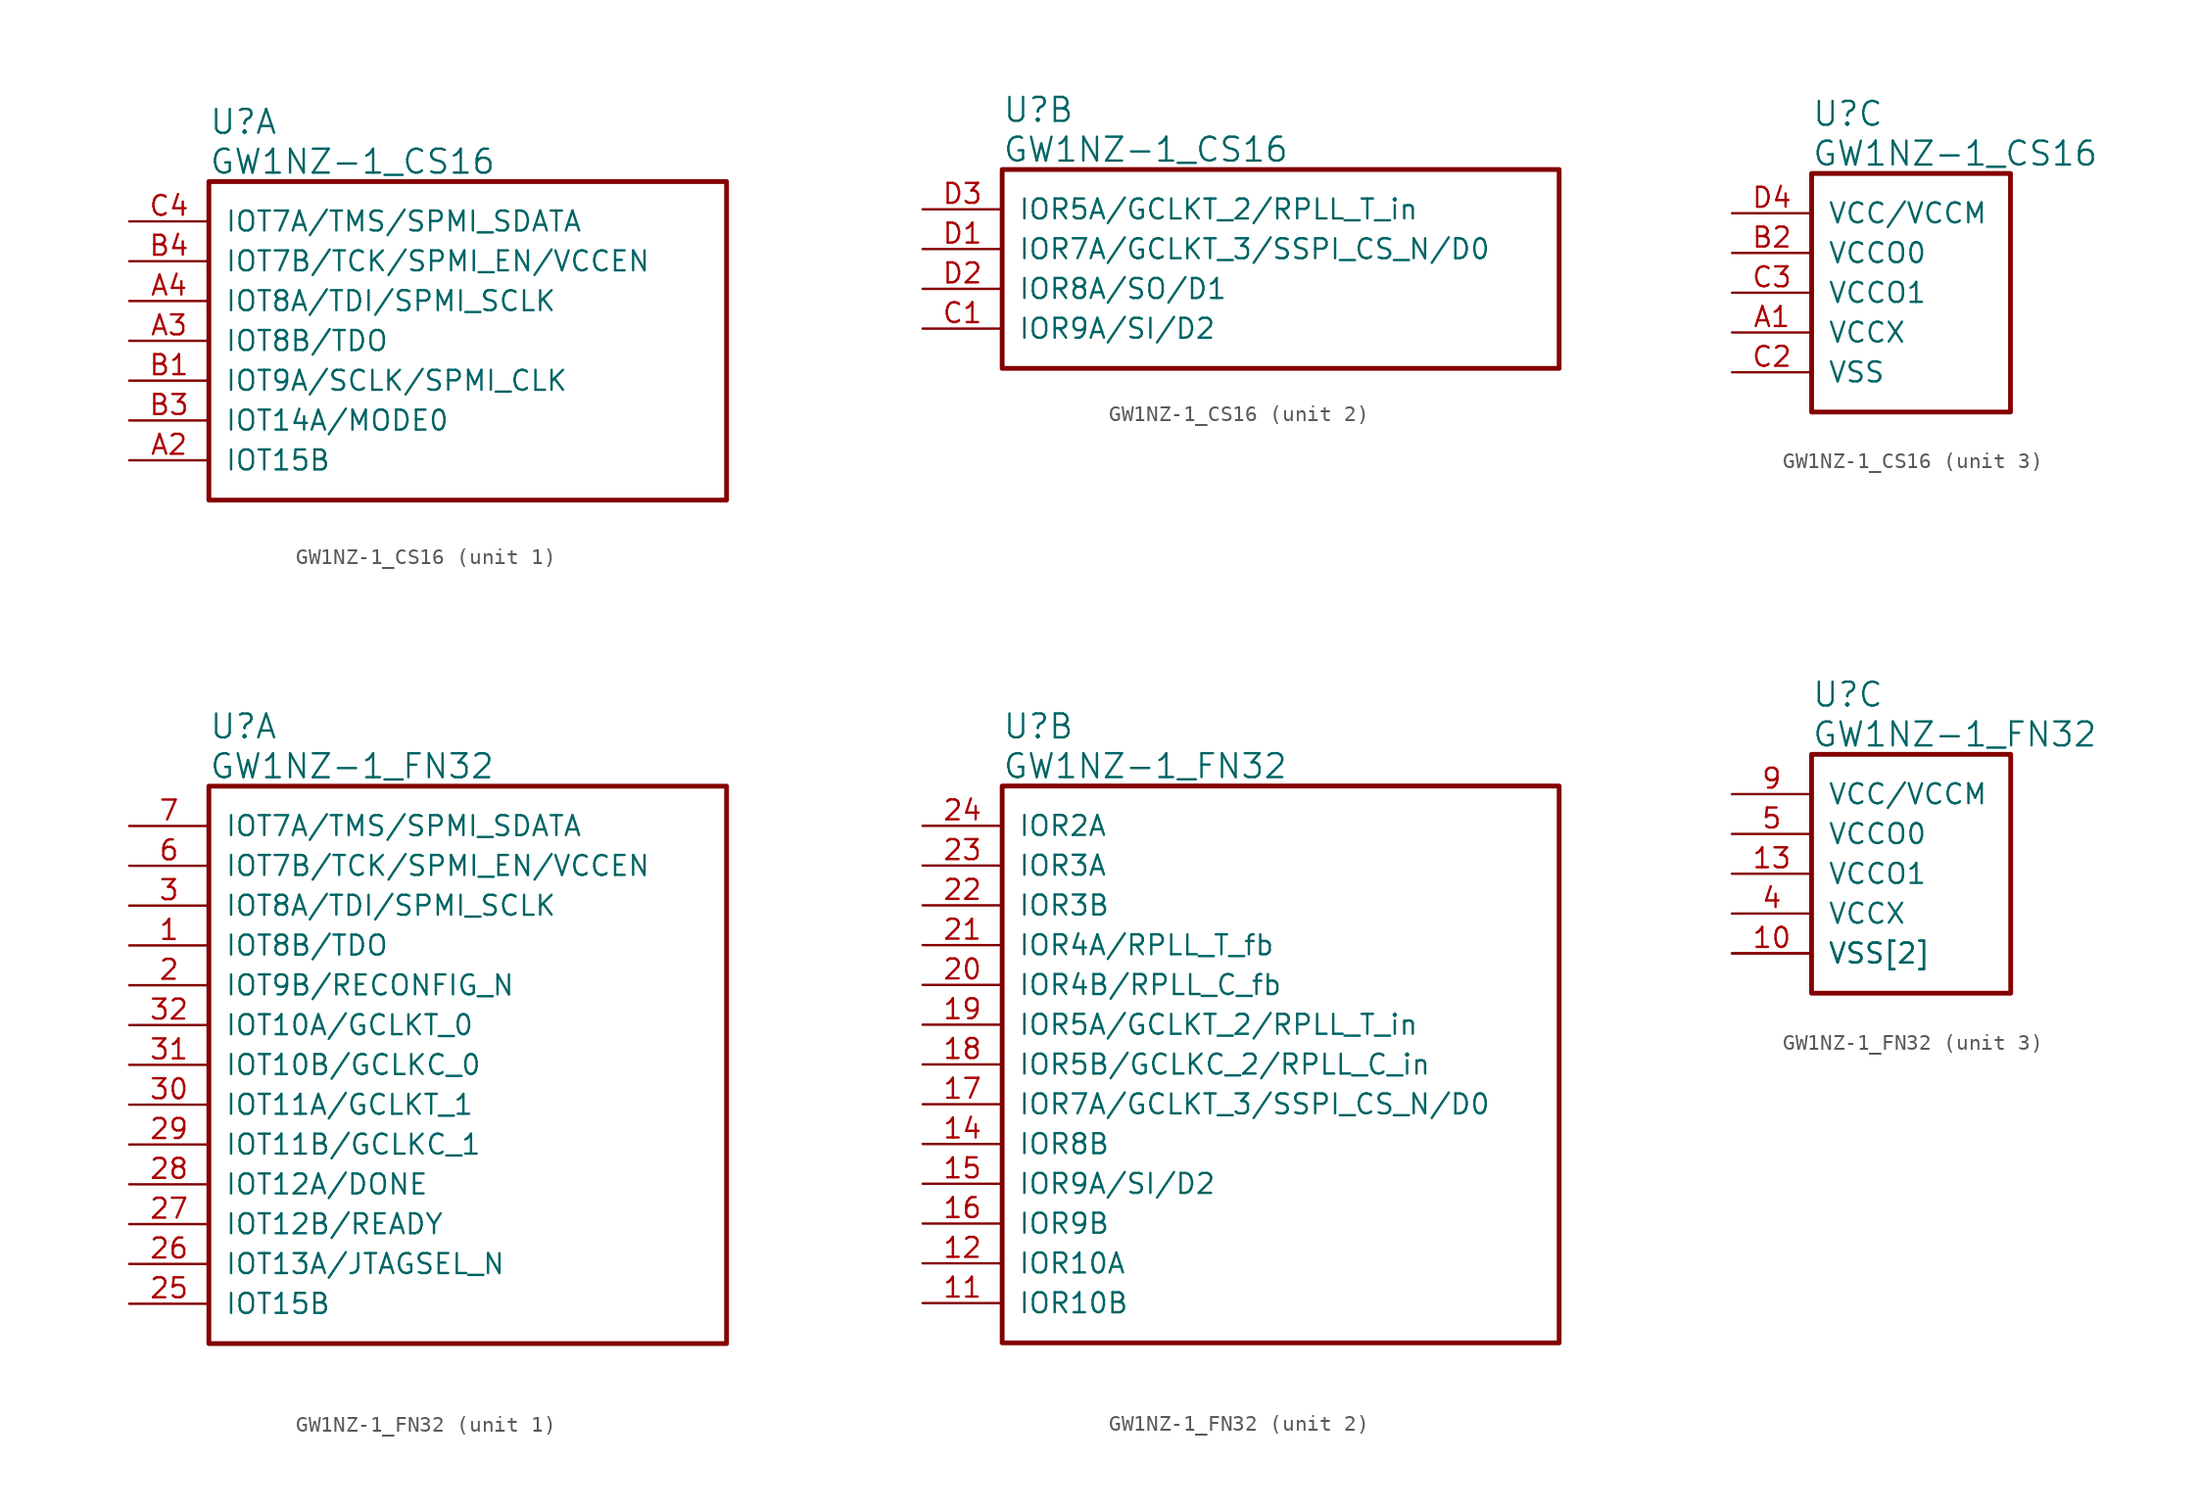
<source format=kicad_sym>
(kicad_symbol_lib
  (version 20220914)
  (generator kicad_symbol_editor)
  (symbol "GW1NZ-1_CS16"
    (pin_names
      (offset 1.016))
    (property "Reference" "U"
      (at 5.08 6.35 0)
      (effects (font (size 1.524 1.524)) (justify left)))
    (property "Value" "GW1NZ-1_CS16"
      (at 5.08 3.81 0)
      (effects (font (size 1.524 1.524)) (justify left)))
    (property "ki_locked" ""
      (at 0 0 0)
      (effects (font (size 1.27 1.27))))
    (symbol "GW1NZ-1_CS16_1_1"
      (rectangle (start 5.08 2.54) (end 38.1 -17.78) (stroke (width 0.305) (type solid)) (fill (type none)))
      (pin bidirectional line (at 0 -15.24 0) (length 5.08) (name "IOT15B" (effects (font (size 1.27 1.27)))) (number "A2" (effects (font (size 1.27 1.27)))))
      (pin bidirectional line (at 0 -7.62 0) (length 5.08) (name "IOT8B/TDO" (effects (font (size 1.27 1.27)))) (number "A3" (effects (font (size 1.27 1.27)))))
      (pin bidirectional line (at 0 -5.08 0) (length 5.08) (name "IOT8A/TDI/SPMI_SCLK" (effects (font (size 1.27 1.27)))) (number "A4" (effects (font (size 1.27 1.27)))))
      (pin bidirectional line (at 0 -10.16 0) (length 5.08) (name "IOT9A/SCLK/SPMI_CLK" (effects (font (size 1.27 1.27)))) (number "B1" (effects (font (size 1.27 1.27)))))
      (pin bidirectional line (at 0 -12.7 0) (length 5.08) (name "IOT14A/MODE0" (effects (font (size 1.27 1.27)))) (number "B3" (effects (font (size 1.27 1.27)))))
      (pin bidirectional line (at 0 -2.54 0) (length 5.08) (name "IOT7B/TCK/SPMI_EN/VCCEN" (effects (font (size 1.27 1.27)))) (number "B4" (effects (font (size 1.27 1.27)))))
      (pin bidirectional line (at 0 0 0) (length 5.08) (name "IOT7A/TMS/SPMI_SDATA" (effects (font (size 1.27 1.27)))) (number "C4" (effects (font (size 1.27 1.27))))))
    (symbol "GW1NZ-1_CS16_2_1"
      (rectangle (start 5.08 2.54) (end 40.64 -10.16) (stroke (width 0.305) (type solid)) (fill (type none)))
      (pin bidirectional line (at 0 -7.62 0) (length 5.08) (name "IOR9A/SI/D2" (effects (font (size 1.27 1.27)))) (number "C1" (effects (font (size 1.27 1.27)))))
      (pin bidirectional line (at 0 -2.54 0) (length 5.08) (name "IOR7A/GCLKT_3/SSPI_CS_N/D0" (effects (font (size 1.27 1.27)))) (number "D1" (effects (font (size 1.27 1.27)))))
      (pin bidirectional line (at 0 -5.08 0) (length 5.08) (name "IOR8A/SO/D1" (effects (font (size 1.27 1.27)))) (number "D2" (effects (font (size 1.27 1.27)))))
      (pin bidirectional line (at 0 0 0) (length 5.08) (name "IOR5A/GCLKT_2/RPLL_T_in" (effects (font (size 1.27 1.27)))) (number "D3" (effects (font (size 1.27 1.27))))))
    (symbol "GW1NZ-1_CS16_3_1"
      (rectangle (start 5.08 2.54) (end 17.78 -12.7) (stroke (width 0.305) (type solid)) (fill (type none)))
      (pin power_in line (at 0 -7.62 0) (length 5.08) (name "VCCX" (effects (font (size 1.27 1.27)))) (number "A1" (effects (font (size 1.27 1.27)))))
      (pin power_in line (at 0 -2.54 0) (length 5.08) (name "VCCO0" (effects (font (size 1.27 1.27)))) (number "B2" (effects (font (size 1.27 1.27)))))
      (pin power_in line (at 0 -10.16 0) (length 5.08) (name "VSS" (effects (font (size 1.27 1.27)))) (number "C2" (effects (font (size 1.27 1.27)))))
      (pin power_in line (at 0 -5.08 0) (length 5.08) (name "VCCO1" (effects (font (size 1.27 1.27)))) (number "C3" (effects (font (size 1.27 1.27)))))
      (pin power_in line (at 0 0 0) (length 5.08) (name "VCC/VCCM" (effects (font (size 1.27 1.27)))) (number "D4" (effects (font (size 1.27 1.27)))))))
  (symbol "GW1NZ-1_FN32"
    (pin_names
      (offset 1.016))
    (property "Reference" "U"
      (at 5.08 6.35 0)
      (effects (font (size 1.524 1.524)) (justify left)))
    (property "Value" "GW1NZ-1_FN32"
      (at 5.08 3.81 0)
      (effects (font (size 1.524 1.524)) (justify left)))
    (property "ki_locked" ""
      (at 0 0 0)
      (effects (font (size 1.27 1.27))))
    (symbol "GW1NZ-1_FN32_1_1"
      (rectangle (start 5.08 2.54) (end 38.1 -33.02) (stroke (width 0.305) (type solid)) (fill (type none)))
      (pin bidirectional line (at 0 -7.62 0) (length 5.08) (name "IOT8B/TDO" (effects (font (size 1.27 1.27)))) (number "1" (effects (font (size 1.27 1.27)))))
      (pin bidirectional line (at 0 -10.16 0) (length 5.08) (name "IOT9B/RECONFIG_N" (effects (font (size 1.27 1.27)))) (number "2" (effects (font (size 1.27 1.27)))))
      (pin bidirectional line (at 0 -30.48 0) (length 5.08) (name "IOT15B" (effects (font (size 1.27 1.27)))) (number "25" (effects (font (size 1.27 1.27)))))
      (pin bidirectional line (at 0 -27.94 0) (length 5.08) (name "IOT13A/JTAGSEL_N" (effects (font (size 1.27 1.27)))) (number "26" (effects (font (size 1.27 1.27)))))
      (pin bidirectional line (at 0 -25.4 0) (length 5.08) (name "IOT12B/READY" (effects (font (size 1.27 1.27)))) (number "27" (effects (font (size 1.27 1.27)))))
      (pin bidirectional line (at 0 -22.86 0) (length 5.08) (name "IOT12A/DONE" (effects (font (size 1.27 1.27)))) (number "28" (effects (font (size 1.27 1.27)))))
      (pin bidirectional line (at 0 -20.32 0) (length 5.08) (name "IOT11B/GCLKC_1" (effects (font (size 1.27 1.27)))) (number "29" (effects (font (size 1.27 1.27)))))
      (pin bidirectional line (at 0 -5.08 0) (length 5.08) (name "IOT8A/TDI/SPMI_SCLK" (effects (font (size 1.27 1.27)))) (number "3" (effects (font (size 1.27 1.27)))))
      (pin bidirectional line (at 0 -17.78 0) (length 5.08) (name "IOT11A/GCLKT_1" (effects (font (size 1.27 1.27)))) (number "30" (effects (font (size 1.27 1.27)))))
      (pin bidirectional line (at 0 -15.24 0) (length 5.08) (name "IOT10B/GCLKC_0" (effects (font (size 1.27 1.27)))) (number "31" (effects (font (size 1.27 1.27)))))
      (pin bidirectional line (at 0 -12.7 0) (length 5.08) (name "IOT10A/GCLKT_0" (effects (font (size 1.27 1.27)))) (number "32" (effects (font (size 1.27 1.27)))))
      (pin bidirectional line (at 0 -2.54 0) (length 5.08) (name "IOT7B/TCK/SPMI_EN/VCCEN" (effects (font (size 1.27 1.27)))) (number "6" (effects (font (size 1.27 1.27)))))
      (pin bidirectional line (at 0 0 0) (length 5.08) (name "IOT7A/TMS/SPMI_SDATA" (effects (font (size 1.27 1.27)))) (number "7" (effects (font (size 1.27 1.27))))))
    (symbol "GW1NZ-1_FN32_2_1"
      (rectangle (start 5.08 2.54) (end 40.64 -33.02) (stroke (width 0.305) (type solid)) (fill (type none)))
      (pin bidirectional line (at 0 -30.48 0) (length 5.08) (name "IOR10B" (effects (font (size 1.27 1.27)))) (number "11" (effects (font (size 1.27 1.27)))))
      (pin bidirectional line (at 0 -27.94 0) (length 5.08) (name "IOR10A" (effects (font (size 1.27 1.27)))) (number "12" (effects (font (size 1.27 1.27)))))
      (pin bidirectional line (at 0 -20.32 0) (length 5.08) (name "IOR8B" (effects (font (size 1.27 1.27)))) (number "14" (effects (font (size 1.27 1.27)))))
      (pin bidirectional line (at 0 -22.86 0) (length 5.08) (name "IOR9A/SI/D2" (effects (font (size 1.27 1.27)))) (number "15" (effects (font (size 1.27 1.27)))))
      (pin bidirectional line (at 0 -25.4 0) (length 5.08) (name "IOR9B" (effects (font (size 1.27 1.27)))) (number "16" (effects (font (size 1.27 1.27)))))
      (pin bidirectional line (at 0 -17.78 0) (length 5.08) (name "IOR7A/GCLKT_3/SSPI_CS_N/D0" (effects (font (size 1.27 1.27)))) (number "17" (effects (font (size 1.27 1.27)))))
      (pin bidirectional line (at 0 -15.24 0) (length 5.08) (name "IOR5B/GCLKC_2/RPLL_C_in" (effects (font (size 1.27 1.27)))) (number "18" (effects (font (size 1.27 1.27)))))
      (pin bidirectional line (at 0 -12.7 0) (length 5.08) (name "IOR5A/GCLKT_2/RPLL_T_in" (effects (font (size 1.27 1.27)))) (number "19" (effects (font (size 1.27 1.27)))))
      (pin bidirectional line (at 0 -10.16 0) (length 5.08) (name "IOR4B/RPLL_C_fb" (effects (font (size 1.27 1.27)))) (number "20" (effects (font (size 1.27 1.27)))))
      (pin bidirectional line (at 0 -7.62 0) (length 5.08) (name "IOR4A/RPLL_T_fb" (effects (font (size 1.27 1.27)))) (number "21" (effects (font (size 1.27 1.27)))))
      (pin bidirectional line (at 0 -5.08 0) (length 5.08) (name "IOR3B" (effects (font (size 1.27 1.27)))) (number "22" (effects (font (size 1.27 1.27)))))
      (pin bidirectional line (at 0 -2.54 0) (length 5.08) (name "IOR3A" (effects (font (size 1.27 1.27)))) (number "23" (effects (font (size 1.27 1.27)))))
      (pin bidirectional line (at 0 0 0) (length 5.08) (name "IOR2A" (effects (font (size 1.27 1.27)))) (number "24" (effects (font (size 1.27 1.27))))))
    (symbol "GW1NZ-1_FN32_3_1"
      (rectangle (start 5.08 2.54) (end 17.78 -12.7) (stroke (width 0.305) (type solid)) (fill (type none)))
      (pin power_in line (at 0 -10.16 0) (length 5.08) (name "VSS[2]" (effects (font (size 1.27 1.27)))) (number "10" (effects (font (size 1.27 1.27)))))
      (pin power_in line (at 0 -5.08 0) (length 5.08) (name "VCCO1" (effects (font (size 1.27 1.27)))) (number "13" (effects (font (size 1.27 1.27)))))
      (pin power_in line (at 0 -7.62 0) (length 5.08) (name "VCCX" (effects (font (size 1.27 1.27)))) (number "4" (effects (font (size 1.27 1.27)))))
      (pin power_in line (at 0 -2.54 0) (length 5.08) (name "VCCO0" (effects (font (size 1.27 1.27)))) (number "5" (effects (font (size 1.27 1.27)))))
      (pin power_in line (at 0 -10.16 0) (length 5.08) (name "VSS[2]" (effects (font (size 1.27 1.27)))) (number "8" (effects (font (size 0 0)))))
      (pin power_in line (at 0 0 0) (length 5.08) (name "VCC/VCCM" (effects (font (size 1.27 1.27)))) (number "9" (effects (font (size 1.27 1.27))))))))
</source>
